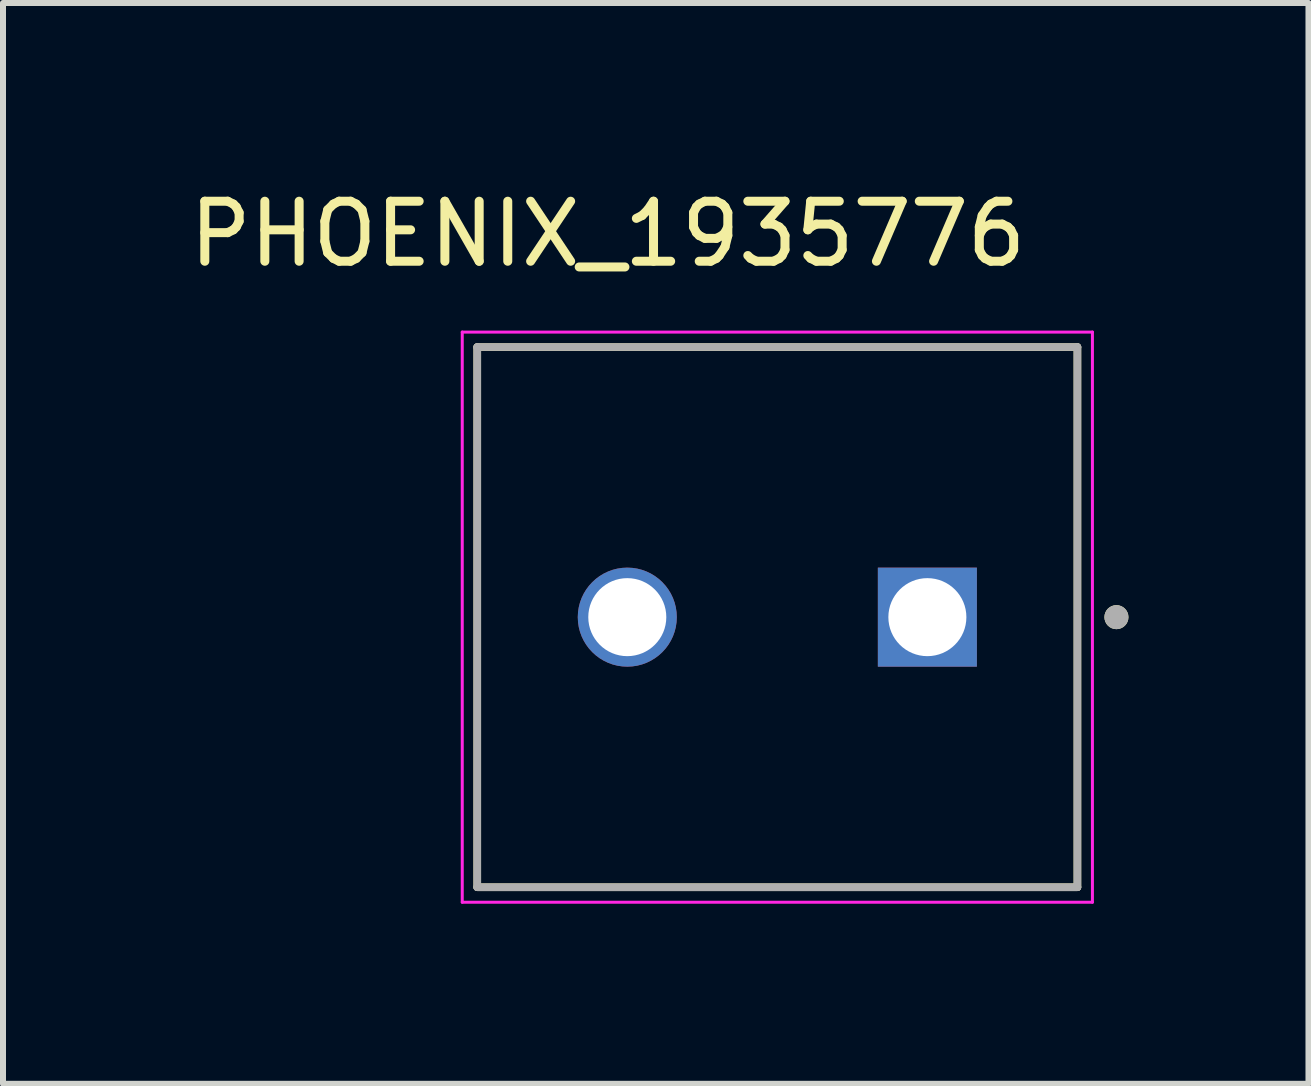
<source format=kicad_pcb>
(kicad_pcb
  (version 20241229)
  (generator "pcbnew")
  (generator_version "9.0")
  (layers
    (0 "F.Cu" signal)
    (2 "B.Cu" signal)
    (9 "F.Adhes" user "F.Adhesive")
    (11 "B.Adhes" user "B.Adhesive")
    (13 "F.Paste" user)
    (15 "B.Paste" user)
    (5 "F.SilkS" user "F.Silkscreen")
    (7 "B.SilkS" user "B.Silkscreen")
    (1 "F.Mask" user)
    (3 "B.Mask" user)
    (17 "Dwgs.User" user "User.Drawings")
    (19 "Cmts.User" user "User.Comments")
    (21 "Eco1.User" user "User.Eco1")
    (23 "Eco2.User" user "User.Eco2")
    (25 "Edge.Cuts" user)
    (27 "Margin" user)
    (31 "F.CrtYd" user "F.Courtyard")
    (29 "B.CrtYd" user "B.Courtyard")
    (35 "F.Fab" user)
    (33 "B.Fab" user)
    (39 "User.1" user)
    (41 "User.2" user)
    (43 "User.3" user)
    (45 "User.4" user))
  (footprint "PHOENIX_1935776"
    (layer "F.Cu")
    (at 9.902 7.233)
    (property "Reference" "PHOENIX_1935776" (at -2.825 -6.385 0) (layer "F.SilkS") (effects (font (size 1 1) (thickness 0.15))))
    (attr through_hole)
    (fp_line (start -5 4.5) (end -5 -4.5) (stroke (width 0.127) (type solid)) (layer "F.SilkS"))
    (fp_line (start 5 -4.5) (end -5 -4.5) (stroke (width 0.127) (type solid)) (layer "F.SilkS"))
    (fp_line (start 5 -4.5) (end 5 4.5) (stroke (width 0.127) (type solid)) (layer "F.SilkS"))
    (fp_line (start 5 4.5) (end -5 4.5) (stroke (width 0.127) (type solid)) (layer "F.SilkS"))
    (fp_circle (center 5.65 0) (end 5.75 0) (stroke (width 0.2) (type solid)) (fill no) (layer "F.SilkS"))
    (fp_line (start -5.25 -4.75) (end 5.25 -4.75) (stroke (width 0.05) (type solid)) (layer "F.CrtYd"))
    (fp_line (start -5.25 4.75) (end -5.25 -4.75) (stroke (width 0.05) (type solid)) (layer "F.CrtYd"))
    (fp_line (start 5.25 -4.75) (end 5.25 4.75) (stroke (width 0.05) (type solid)) (layer "F.CrtYd"))
    (fp_line (start 5.25 4.75) (end -5.25 4.75) (stroke (width 0.05) (type solid)) (layer "F.CrtYd"))
    (fp_line (start -5 -4.5) (end 5 -4.5) (stroke (width 0.127) (type solid)) (layer "F.Fab"))
    (fp_line (start -5 4.5) (end -5 -4.5) (stroke (width 0.127) (type solid)) (layer "F.Fab"))
    (fp_line (start 5 -4.5) (end 5 4.5) (stroke (width 0.127) (type solid)) (layer "F.Fab"))
    (fp_line (start 5 4.5) (end -5 4.5) (stroke (width 0.127) (type solid)) (layer "F.Fab"))
    (fp_circle (center 5.65 0) (end 5.75 0) (stroke (width 0.2) (type solid)) (fill no) (layer "F.Fab"))
    (pad "01" thru_hole rect (at 2.5 0) (size 1.65 1.65) (drill 1.3) (layers "*.Cu" "*.Mask"))
    (pad "02" thru_hole circle (at -2.5 0) (size 1.65 1.65) (drill 1.3) (layers "*.Cu" "*.Mask")))
  (gr_rect
    (start -3 -3)
    (end 18.752 15.008)
    (stroke (width 0.1) (type default))
    (fill no)
    (layer "Edge.Cuts")))
</source>
